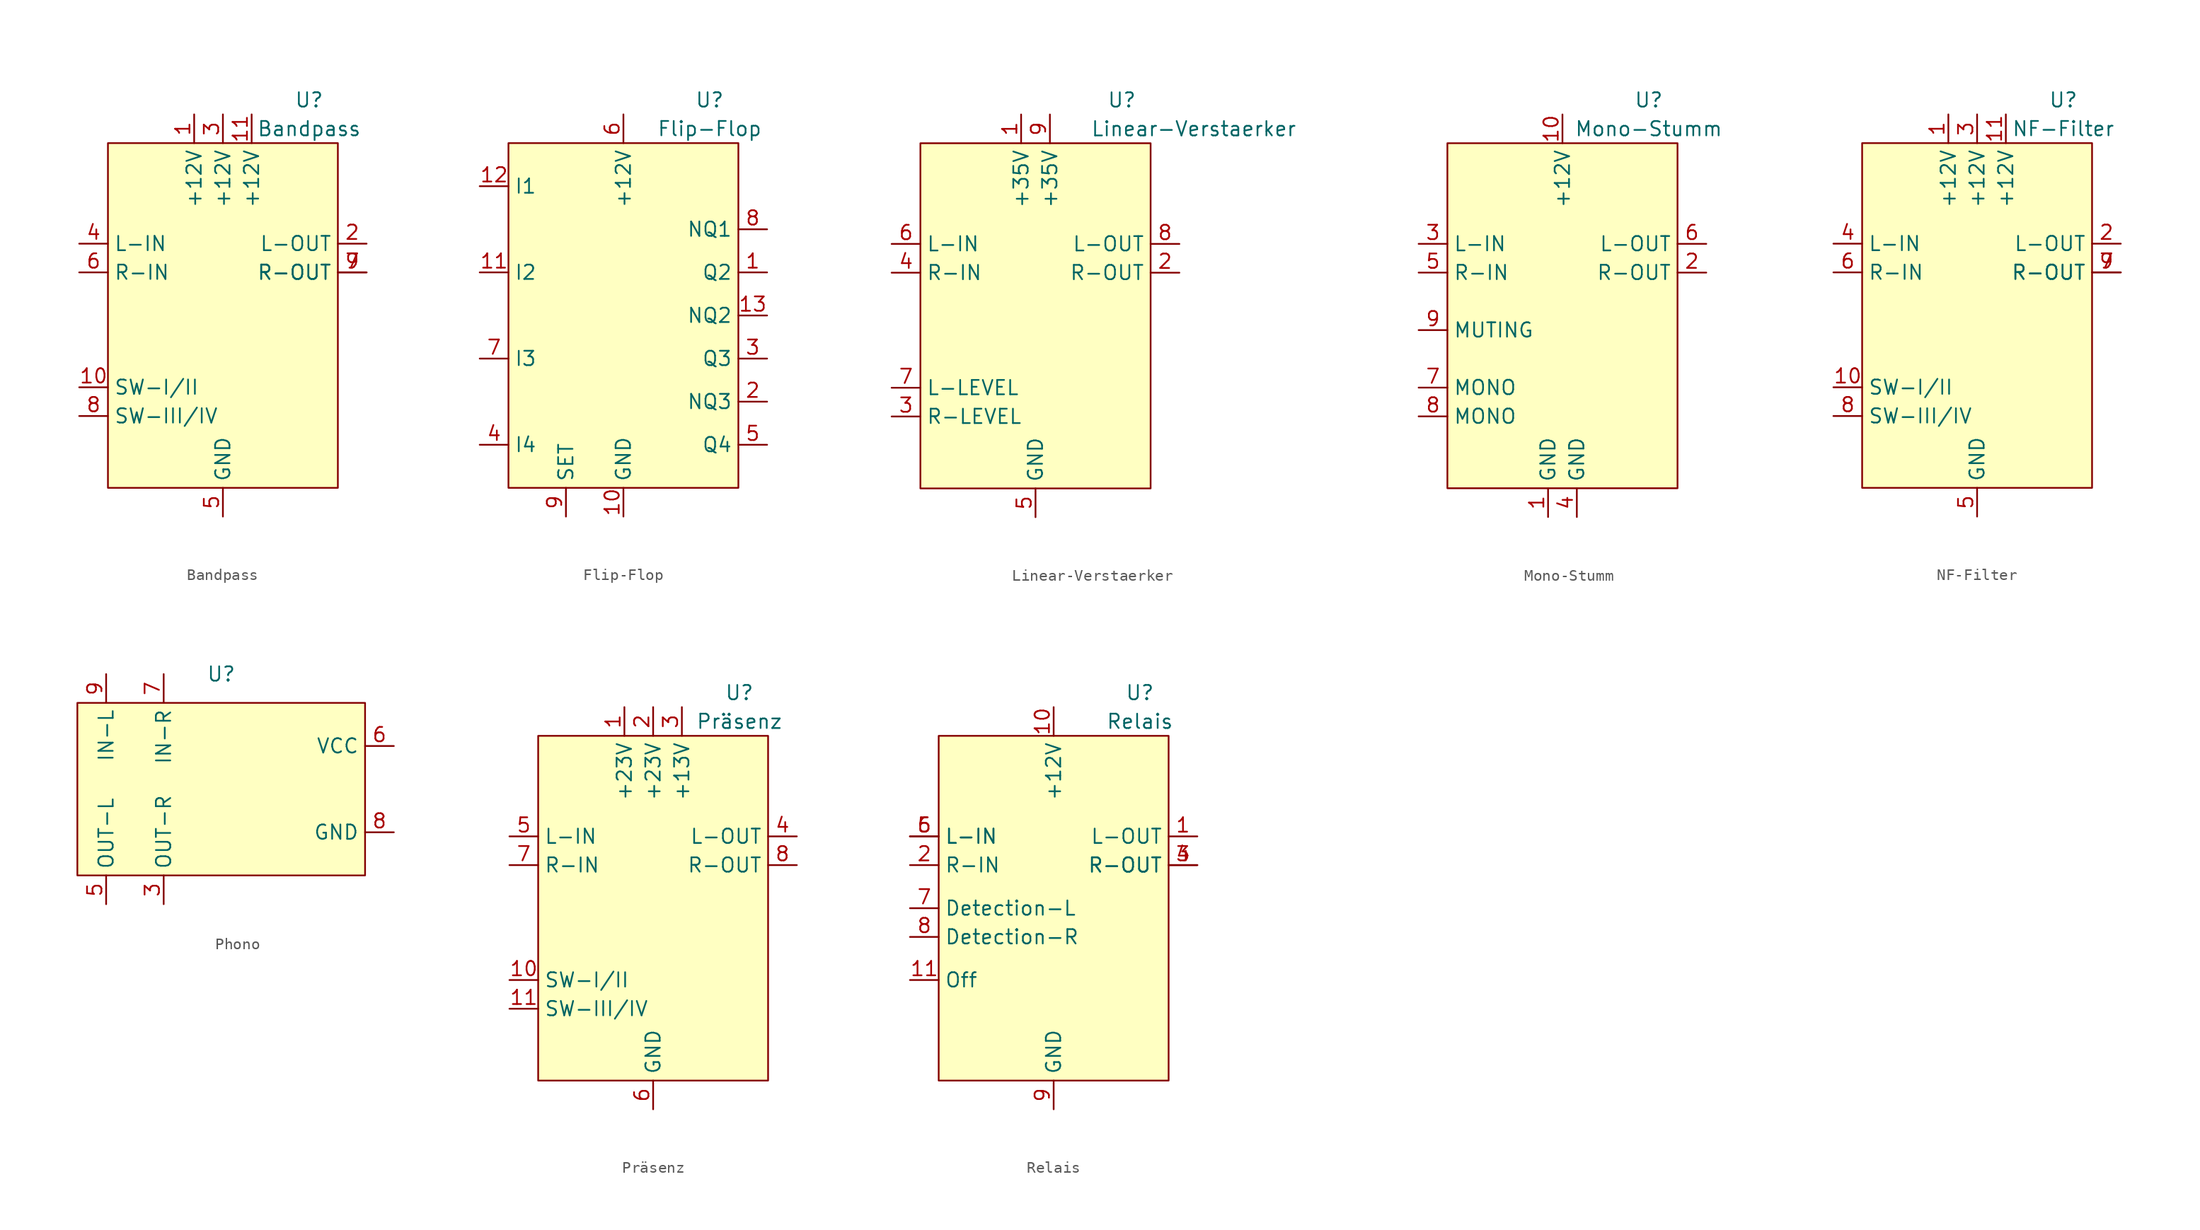
<source format=kicad_sym>
(kicad_symbol_lib
  (version 20220914)
  (generator kicad_symbol_editor)
  (symbol "Bandpass"
    (property "Reference" "U"
      (at 17.78 3.81 0)
      (effects (font (size 1.27 1.27))))
    (property "Value" "Bandpass"
      (at 17.78 1.27 0)
      (effects (font (size 1.27 1.27))))
    (symbol "Bandpass_1_1"
      (rectangle (start 0 0) (end 20.32 -30.48) (stroke (width 0) (type default)) (fill (type background)))
      (pin power_in line (at 7.62 2.54 270) (length 2.54) (name "+12V" (effects (font (size 1.27 1.27)))) (number "1" (effects (font (size 1.27 1.27)))))
      (pin input line (at -2.54 -21.59 0) (length 2.54) (name "SW-I/II" (effects (font (size 1.27 1.27)))) (number "10" (effects (font (size 1.27 1.27)))))
      (pin power_in line (at 12.7 2.54 270) (length 2.54) (name "+12V" (effects (font (size 1.27 1.27)))) (number "11" (effects (font (size 1.27 1.27)))))
      (pin output line (at 22.86 -8.89 180) (length 2.54) (name "L-OUT" (effects (font (size 1.27 1.27)))) (number "2" (effects (font (size 1.27 1.27)))))
      (pin power_in line (at 10.16 2.54 270) (length 2.54) (name "+12V" (effects (font (size 1.27 1.27)))) (number "3" (effects (font (size 1.27 1.27)))))
      (pin input line (at -2.54 -8.89 0) (length 2.54) (name "L-IN" (effects (font (size 1.27 1.27)))) (number "4" (effects (font (size 1.27 1.27)))))
      (pin power_in line (at 10.16 -33.02 90) (length 2.54) (name "GND" (effects (font (size 1.27 1.27)))) (number "5" (effects (font (size 1.27 1.27)))))
      (pin input line (at -2.54 -11.43 0) (length 2.54) (name "R-IN" (effects (font (size 1.27 1.27)))) (number "6" (effects (font (size 1.27 1.27)))))
      (pin output line (at 22.86 -11.43 180) (length 2.54) (name "R-OUT" (effects (font (size 1.27 1.27)))) (number "7" (effects (font (size 1.27 1.27)))))
      (pin input line (at -2.54 -24.13 0) (length 2.54) (name "SW-III/IV" (effects (font (size 1.27 1.27)))) (number "8" (effects (font (size 1.27 1.27)))))
      (pin output line (at 22.86 -11.43 180) (length 2.54) (name "R-OUT" (effects (font (size 1.27 1.27)))) (number "9" (effects (font (size 1.27 1.27)))))))
  (symbol "Flip-Flop"
    (property "Reference" "U"
      (at 17.78 3.81 0)
      (effects (font (size 1.27 1.27))))
    (property "Value" "Flip-Flop"
      (at 17.78 1.27 0)
      (effects (font (size 1.27 1.27))))
    (symbol "Flip-Flop_1_1"
      (rectangle (start 0 0) (end 20.32 -30.48) (stroke (width 0) (type default)) (fill (type background)))
      (pin output line (at 22.86 -11.43 180) (length 2.54) (name "Q2" (effects (font (size 1.27 1.27)))) (number "1" (effects (font (size 1.27 1.27)))))
      (pin power_in line (at 10.16 -33.02 90) (length 2.54) (name "GND" (effects (font (size 1.27 1.27)))) (number "10" (effects (font (size 1.27 1.27)))))
      (pin input line (at -2.54 -11.43 0) (length 2.54) (name "I2" (effects (font (size 1.27 1.27)))) (number "11" (effects (font (size 1.27 1.27)))))
      (pin input line (at -2.54 -3.81 0) (length 2.54) (name "I1" (effects (font (size 1.27 1.27)))) (number "12" (effects (font (size 1.27 1.27)))))
      (pin output line (at 22.86 -15.24 180) (length 2.54) (name "NQ2" (effects (font (size 1.27 1.27)))) (number "13" (effects (font (size 1.27 1.27)))))
      (pin output line (at 22.86 -22.86 180) (length 2.54) (name "NQ3" (effects (font (size 1.27 1.27)))) (number "2" (effects (font (size 1.27 1.27)))))
      (pin output line (at 22.86 -19.05 180) (length 2.54) (name "Q3" (effects (font (size 1.27 1.27)))) (number "3" (effects (font (size 1.27 1.27)))))
      (pin input line (at -2.54 -26.67 0) (length 2.54) (name "I4" (effects (font (size 1.27 1.27)))) (number "4" (effects (font (size 1.27 1.27)))))
      (pin output line (at 22.86 -26.67 180) (length 2.54) (name "Q4" (effects (font (size 1.27 1.27)))) (number "5" (effects (font (size 1.27 1.27)))))
      (pin power_in line (at 10.16 2.54 270) (length 2.54) (name "+12V" (effects (font (size 1.27 1.27)))) (number "6" (effects (font (size 1.27 1.27)))))
      (pin input line (at -2.54 -19.05 0) (length 2.54) (name "I3" (effects (font (size 1.27 1.27)))) (number "7" (effects (font (size 1.27 1.27)))))
      (pin output line (at 22.86 -7.62 180) (length 2.54) (name "NQ1" (effects (font (size 1.27 1.27)))) (number "8" (effects (font (size 1.27 1.27)))))
      (pin input line (at 5.08 -33.02 90) (length 2.54) (name "SET" (effects (font (size 1.27 1.27)))) (number "9" (effects (font (size 1.27 1.27)))))))
  (symbol "Linear-Verstaerker"
    (property "Reference" "U"
      (at 17.78 3.81 0)
      (effects (font (size 1.27 1.27))))
    (property "Value" "Linear-Verstaerker"
      (at 24.13 1.27 0)
      (effects (font (size 1.27 1.27))))
    (symbol "Linear-Verstaerker_1_1"
      (rectangle (start 0 0) (end 20.32 -30.48) (stroke (width 0) (type default)) (fill (type background)))
      (pin power_in line (at 8.89 2.54 270) (length 2.54) (name "+35V" (effects (font (size 1.27 1.27)))) (number "1" (effects (font (size 1.27 1.27)))))
      (pin output line (at 22.86 -11.43 180) (length 2.54) (name "R-OUT" (effects (font (size 1.27 1.27)))) (number "2" (effects (font (size 1.27 1.27)))))
      (pin input line (at -2.54 -24.13 0) (length 2.54) (name "R-LEVEL" (effects (font (size 1.27 1.27)))) (number "3" (effects (font (size 1.27 1.27)))))
      (pin input line (at -2.54 -11.43 0) (length 2.54) (name "R-IN" (effects (font (size 1.27 1.27)))) (number "4" (effects (font (size 1.27 1.27)))))
      (pin power_in line (at 10.16 -33.02 90) (length 2.54) (name "GND" (effects (font (size 1.27 1.27)))) (number "5" (effects (font (size 1.27 1.27)))))
      (pin input line (at -2.54 -8.89 0) (length 2.54) (name "L-IN" (effects (font (size 1.27 1.27)))) (number "6" (effects (font (size 1.27 1.27)))))
      (pin input line (at -2.54 -21.59 0) (length 2.54) (name "L-LEVEL" (effects (font (size 1.27 1.27)))) (number "7" (effects (font (size 1.27 1.27)))))
      (pin output line (at 22.86 -8.89 180) (length 2.54) (name "L-OUT" (effects (font (size 1.27 1.27)))) (number "8" (effects (font (size 1.27 1.27)))))
      (pin power_in line (at 11.43 2.54 270) (length 2.54) (name "+35V" (effects (font (size 1.27 1.27)))) (number "9" (effects (font (size 1.27 1.27)))))))
  (symbol "Mono-Stumm"
    (property "Reference" "U"
      (at 17.78 3.81 0)
      (effects (font (size 1.27 1.27))))
    (property "Value" "Mono-Stumm"
      (at 17.78 1.27 0)
      (effects (font (size 1.27 1.27))))
    (symbol "Mono-Stumm_1_1"
      (rectangle (start 0 0) (end 20.32 -30.48) (stroke (width 0) (type default)) (fill (type background)))
      (pin power_in line (at 8.89 -33.02 90) (length 2.54) (name "GND" (effects (font (size 1.27 1.27)))) (number "1" (effects (font (size 1.27 1.27)))))
      (pin power_in line (at 10.16 2.54 270) (length 2.54) (name "+12V" (effects (font (size 1.27 1.27)))) (number "10" (effects (font (size 1.27 1.27)))))
      (pin output line (at 22.86 -11.43 180) (length 2.54) (name "R-OUT" (effects (font (size 1.27 1.27)))) (number "2" (effects (font (size 1.27 1.27)))))
      (pin input line (at -2.54 -8.89 0) (length 2.54) (name "L-IN" (effects (font (size 1.27 1.27)))) (number "3" (effects (font (size 1.27 1.27)))))
      (pin power_in line (at 11.43 -33.02 90) (length 2.54) (name "GND" (effects (font (size 1.27 1.27)))) (number "4" (effects (font (size 1.27 1.27)))))
      (pin input line (at -2.54 -11.43 0) (length 2.54) (name "R-IN" (effects (font (size 1.27 1.27)))) (number "5" (effects (font (size 1.27 1.27)))))
      (pin output line (at 22.86 -8.89 180) (length 2.54) (name "L-OUT" (effects (font (size 1.27 1.27)))) (number "6" (effects (font (size 1.27 1.27)))))
      (pin input line (at -2.54 -21.59 0) (length 2.54) (name "MONO" (effects (font (size 1.27 1.27)))) (number "7" (effects (font (size 1.27 1.27)))))
      (pin input line (at -2.54 -24.13 0) (length 2.54) (name "MONO" (effects (font (size 1.27 1.27)))) (number "8" (effects (font (size 1.27 1.27)))))
      (pin input line (at -2.54 -16.51 0) (length 2.54) (name "MUTING" (effects (font (size 1.27 1.27)))) (number "9" (effects (font (size 1.27 1.27)))))))
  (symbol "NF-Filter"
    (property "Reference" "U"
      (at 17.78 3.81 0)
      (effects (font (size 1.27 1.27))))
    (property "Value" "NF-Filter"
      (at 17.78 1.27 0)
      (effects (font (size 1.27 1.27))))
    (symbol "NF-Filter_1_1"
      (rectangle (start 0 0) (end 20.32 -30.48) (stroke (width 0) (type default)) (fill (type background)))
      (pin power_in line (at 7.62 2.54 270) (length 2.54) (name "+12V" (effects (font (size 1.27 1.27)))) (number "1" (effects (font (size 1.27 1.27)))))
      (pin input line (at -2.54 -21.59 0) (length 2.54) (name "SW-I/II" (effects (font (size 1.27 1.27)))) (number "10" (effects (font (size 1.27 1.27)))))
      (pin power_in line (at 12.7 2.54 270) (length 2.54) (name "+12V" (effects (font (size 1.27 1.27)))) (number "11" (effects (font (size 1.27 1.27)))))
      (pin output line (at 22.86 -8.89 180) (length 2.54) (name "L-OUT" (effects (font (size 1.27 1.27)))) (number "2" (effects (font (size 1.27 1.27)))))
      (pin power_in line (at 10.16 2.54 270) (length 2.54) (name "+12V" (effects (font (size 1.27 1.27)))) (number "3" (effects (font (size 1.27 1.27)))))
      (pin input line (at -2.54 -8.89 0) (length 2.54) (name "L-IN" (effects (font (size 1.27 1.27)))) (number "4" (effects (font (size 1.27 1.27)))))
      (pin power_in line (at 10.16 -33.02 90) (length 2.54) (name "GND" (effects (font (size 1.27 1.27)))) (number "5" (effects (font (size 1.27 1.27)))))
      (pin input line (at -2.54 -11.43 0) (length 2.54) (name "R-IN" (effects (font (size 1.27 1.27)))) (number "6" (effects (font (size 1.27 1.27)))))
      (pin output line (at 22.86 -11.43 180) (length 2.54) (name "R-OUT" (effects (font (size 1.27 1.27)))) (number "7" (effects (font (size 1.27 1.27)))))
      (pin input line (at -2.54 -24.13 0) (length 2.54) (name "SW-III/IV" (effects (font (size 1.27 1.27)))) (number "8" (effects (font (size 1.27 1.27)))))
      (pin output line (at 22.86 -11.43 180) (length 2.54) (name "R-OUT" (effects (font (size 1.27 1.27)))) (number "9" (effects (font (size 1.27 1.27)))))))
  (symbol "Phono"
    (property "Reference" "U"
      (at 0 12.7 0)
      (effects (font (size 1.27 1.27))))
    (property "Value" ""
      (at 0 0 0)
      (effects (font (size 1.27 1.27))))
    (symbol "Phono_1_1"
      (rectangle (start -12.7 10.16) (end 12.7 -5.08) (stroke (width 0) (type default)) (fill (type background)))
      (pin output line (at -5.08 -7.62 90) (length 2.54) (name "OUT-R" (effects (font (size 1.27 1.27)))) (number "3" (effects (font (size 1.27 1.27)))))
      (pin output line (at -10.16 -7.62 90) (length 2.54) (name "OUT-L" (effects (font (size 1.27 1.27)))) (number "5" (effects (font (size 1.27 1.27)))))
      (pin input line (at 15.24 6.35 180) (length 2.54) (name "VCC" (effects (font (size 1.27 1.27)))) (number "6" (effects (font (size 1.27 1.27)))))
      (pin input line (at -5.08 12.7 270) (length 2.54) (name "IN-R" (effects (font (size 1.27 1.27)))) (number "7" (effects (font (size 1.27 1.27)))))
      (pin input line (at 15.24 -1.27 180) (length 2.54) (name "GND" (effects (font (size 1.27 1.27)))) (number "8" (effects (font (size 1.27 1.27)))))
      (pin input line (at -10.16 12.7 270) (length 2.54) (name "IN-L" (effects (font (size 1.27 1.27)))) (number "9" (effects (font (size 1.27 1.27)))))))
  (symbol "Präsenz"
    (property "Reference" "U"
      (at 17.78 3.81 0)
      (effects (font (size 1.27 1.27))))
    (property "Value" "Präsenz"
      (at 17.78 1.27 0)
      (effects (font (size 1.27 1.27))))
    (symbol "Präsenz_1_1"
      (rectangle (start 0 0) (end 20.32 -30.48) (stroke (width 0) (type default)) (fill (type background)))
      (pin power_in line (at 7.62 2.54 270) (length 2.54) (name "+23V" (effects (font (size 1.27 1.27)))) (number "1" (effects (font (size 1.27 1.27)))))
      (pin input line (at -2.54 -21.59 0) (length 2.54) (name "SW-I/II" (effects (font (size 1.27 1.27)))) (number "10" (effects (font (size 1.27 1.27)))))
      (pin input line (at -2.54 -24.13 0) (length 2.54) (name "SW-III/IV" (effects (font (size 1.27 1.27)))) (number "11" (effects (font (size 1.27 1.27)))))
      (pin power_in line (at 10.16 2.54 270) (length 2.54) (name "+23V" (effects (font (size 1.27 1.27)))) (number "2" (effects (font (size 1.27 1.27)))))
      (pin power_in line (at 12.7 2.54 270) (length 2.54) (name "+13V" (effects (font (size 1.27 1.27)))) (number "3" (effects (font (size 1.27 1.27)))))
      (pin output line (at 22.86 -8.89 180) (length 2.54) (name "L-OUT" (effects (font (size 1.27 1.27)))) (number "4" (effects (font (size 1.27 1.27)))))
      (pin input line (at -2.54 -8.89 0) (length 2.54) (name "L-IN" (effects (font (size 1.27 1.27)))) (number "5" (effects (font (size 1.27 1.27)))))
      (pin power_in line (at 10.16 -33.02 90) (length 2.54) (name "GND" (effects (font (size 1.27 1.27)))) (number "6" (effects (font (size 1.27 1.27)))))
      (pin input line (at -2.54 -11.43 0) (length 2.54) (name "R-IN" (effects (font (size 1.27 1.27)))) (number "7" (effects (font (size 1.27 1.27)))))
      (pin output line (at 22.86 -11.43 180) (length 2.54) (name "R-OUT" (effects (font (size 1.27 1.27)))) (number "8" (effects (font (size 1.27 1.27)))))))
  (symbol "Relais"
    (property "Reference" "U"
      (at 17.78 3.81 0)
      (effects (font (size 1.27 1.27))))
    (property "Value" "Relais"
      (at 17.78 1.27 0)
      (effects (font (size 1.27 1.27))))
    (symbol "Relais_1_1"
      (rectangle (start 0 0) (end 20.32 -30.48) (stroke (width 0) (type default)) (fill (type background)))
      (pin output line (at 22.86 -8.89 180) (length 2.54) (name "L-OUT" (effects (font (size 1.27 1.27)))) (number "1" (effects (font (size 1.27 1.27)))))
      (pin power_in line (at 10.16 2.54 270) (length 2.54) (name "+12V" (effects (font (size 1.27 1.27)))) (number "10" (effects (font (size 1.27 1.27)))))
      (pin input line (at -2.54 -21.59 0) (length 2.54) (name "Off" (effects (font (size 1.27 1.27)))) (number "11" (effects (font (size 1.27 1.27)))))
      (pin input line (at -2.54 -11.43 0) (length 2.54) (name "R-IN" (effects (font (size 1.27 1.27)))) (number "2" (effects (font (size 1.27 1.27)))))
      (pin output line (at 22.86 -11.43 180) (length 2.54) (name "R-OUT" (effects (font (size 1.27 1.27)))) (number "3" (effects (font (size 1.27 1.27)))))
      (pin output line (at 22.86 -11.43 180) (length 2.54) (name "R-OUT" (effects (font (size 1.27 1.27)))) (number "4" (effects (font (size 1.27 1.27)))))
      (pin input line (at -2.54 -8.89 0) (length 2.54) (name "L-IN" (effects (font (size 1.27 1.27)))) (number "5" (effects (font (size 1.27 1.27)))))
      (pin input line (at -2.54 -8.89 0) (length 2.54) (name "L-IN" (effects (font (size 1.27 1.27)))) (number "6" (effects (font (size 1.27 1.27)))))
      (pin input line (at -2.54 -15.24 0) (length 2.54) (name "Detection-L" (effects (font (size 1.27 1.27)))) (number "7" (effects (font (size 1.27 1.27)))))
      (pin input line (at -2.54 -17.78 0) (length 2.54) (name "Detection-R" (effects (font (size 1.27 1.27)))) (number "8" (effects (font (size 1.27 1.27)))))
      (pin power_in line (at 10.16 -33.02 90) (length 2.54) (name "GND" (effects (font (size 1.27 1.27)))) (number "9" (effects (font (size 1.27 1.27))))))))
</source>
